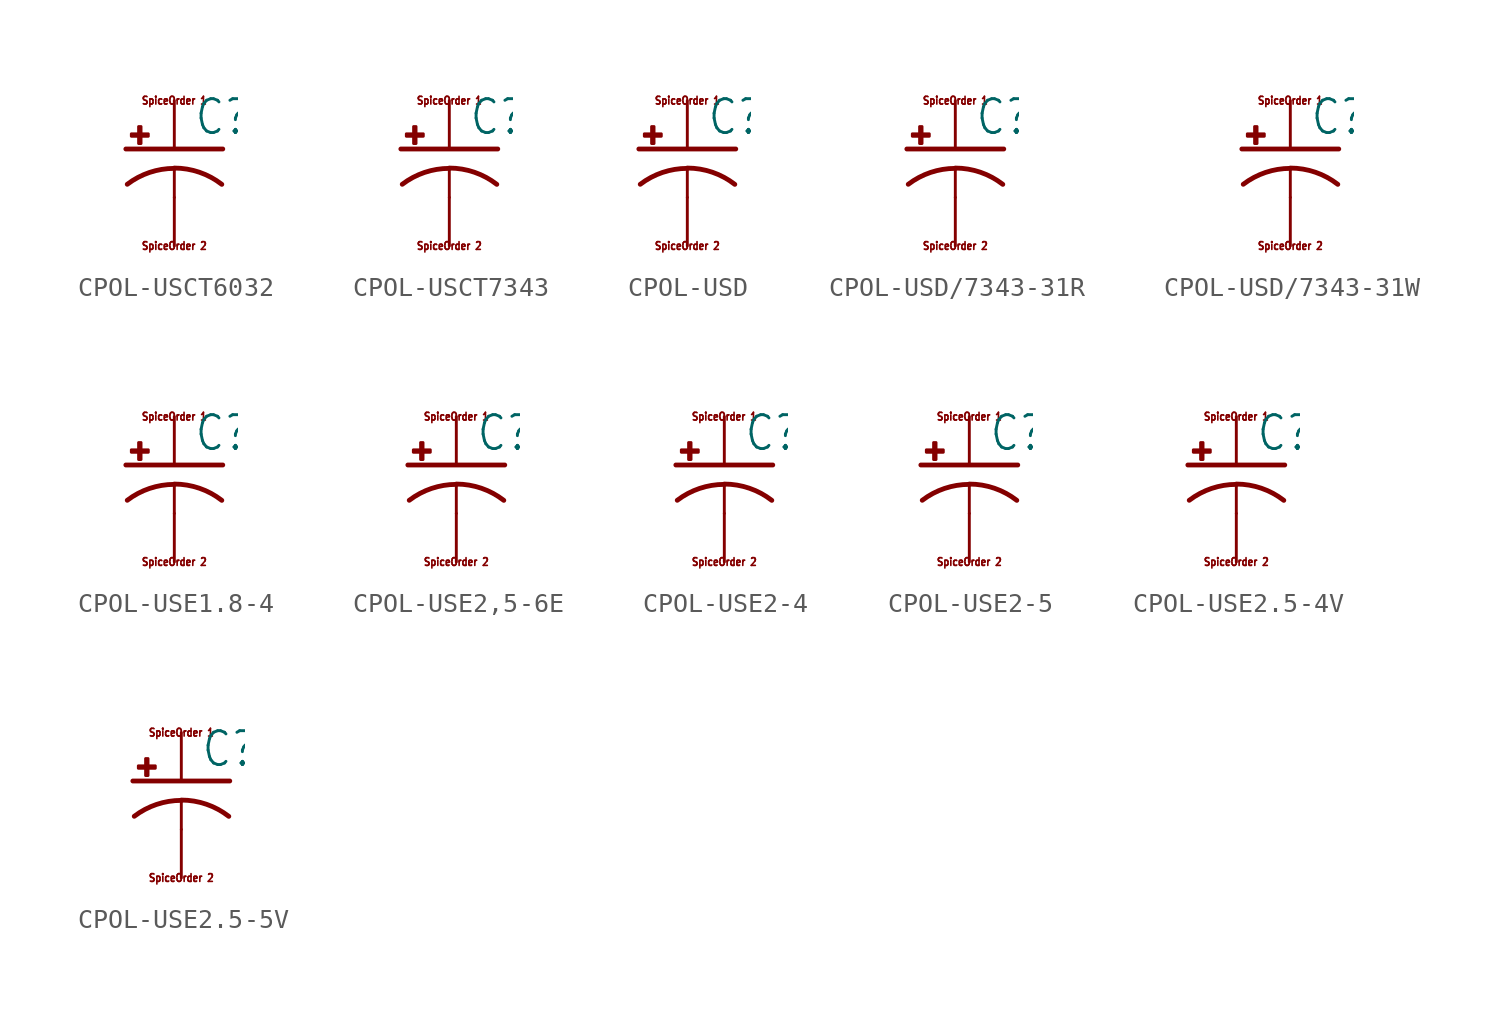
<source format=kicad_sym>
(kicad_symbol_lib
  (version 20231120)
  (generator "kicad_symbol_editor")
  (generator_version "8.0")
  (symbol "CPOL-USCT6032"
    (property "Reference" "C"
      (at 1.016 0.635 0)
      (effects (font (size 1.778 1.511)) (justify left bottom)))
    (property "Value" ""
      (at 1.016 -4.191 0)
      (effects (font (size 1.778 1.511)) (justify left bottom)))
    (property "ki_locked" ""
      (at 0 0 0)
      (effects (font (size 1.27 1.27))))
    (symbol "CPOL-USCT6032_1_0"
      (rectangle (start -2.253 0.668) (end -1.364 0.795) (stroke (width 0) (type default)) (fill (type outline)))
      (rectangle (start -1.872 0.287) (end -1.745 1.176) (stroke (width 0) (type default)) (fill (type outline)))
      (arc (start 0 -1.0161) (mid -1.3021 -1.2303) (end -2.4669 -1.8504) (stroke (width 0.254) (type solid)) (fill (type none)))
      (polyline (pts (xy -2.54 0) (xy 2.54 0)) (stroke (width 0.254) (type solid)) (fill (type none)))
      (polyline (pts (xy 0 -1.016) (xy 0 -2.54)) (stroke (width 0.152) (type solid)) (fill (type none)))
      (arc (start 2.4892 -1.8541) (mid 1.3158 -1.2194) (end 0 -1) (stroke (width 0.254) (type solid)) (fill (type none)))
      (text "SpiceOrder 1" (at 0 2.54 0) (effects (font (size 0.406 0.345))))
      (text "SpiceOrder 2" (at 0 -5.08 0) (effects (font (size 0.406 0.345))))
      (pin passive line (at 0 -5.08 90) (length 2.54) (name "-" (effects (font (size 0 0)))) (number "+" (effects (font (size 0 0)))))
      (pin passive line (at 0 2.54 270) (length 2.54) (name "+" (effects (font (size 0 0)))) (number "-" (effects (font (size 0 0)))))))
  (symbol "CPOL-USCT7343"
    (property "Reference" "C"
      (at 1.016 0.635 0)
      (effects (font (size 1.778 1.511)) (justify left bottom)))
    (property "Value" ""
      (at 1.016 -4.191 0)
      (effects (font (size 1.778 1.511)) (justify left bottom)))
    (property "ki_locked" ""
      (at 0 0 0)
      (effects (font (size 1.27 1.27))))
    (symbol "CPOL-USCT7343_1_0"
      (rectangle (start -2.253 0.668) (end -1.364 0.795) (stroke (width 0) (type default)) (fill (type outline)))
      (rectangle (start -1.872 0.287) (end -1.745 1.176) (stroke (width 0) (type default)) (fill (type outline)))
      (arc (start 0 -1.0161) (mid -1.3021 -1.2303) (end -2.4669 -1.8504) (stroke (width 0.254) (type solid)) (fill (type none)))
      (polyline (pts (xy -2.54 0) (xy 2.54 0)) (stroke (width 0.254) (type solid)) (fill (type none)))
      (polyline (pts (xy 0 -1.016) (xy 0 -2.54)) (stroke (width 0.152) (type solid)) (fill (type none)))
      (arc (start 2.4892 -1.8541) (mid 1.3158 -1.2194) (end 0 -1) (stroke (width 0.254) (type solid)) (fill (type none)))
      (text "SpiceOrder 1" (at 0 2.54 0) (effects (font (size 0.406 0.345))))
      (text "SpiceOrder 2" (at 0 -5.08 0) (effects (font (size 0.406 0.345))))
      (pin passive line (at 0 2.54 270) (length 2.54) (name "+" (effects (font (size 0 0)))) (number "+" (effects (font (size 0 0)))))
      (pin passive line (at 0 -5.08 90) (length 2.54) (name "-" (effects (font (size 0 0)))) (number "-" (effects (font (size 0 0)))))))
  (symbol "CPOL-USD"
    (property "Reference" "C"
      (at 1.016 0.635 0)
      (effects (font (size 1.778 1.511)) (justify left bottom)))
    (property "Value" ""
      (at 1.016 -4.191 0)
      (effects (font (size 1.778 1.511)) (justify left bottom)))
    (property "ki_locked" ""
      (at 0 0 0)
      (effects (font (size 1.27 1.27))))
    (symbol "CPOL-USD_1_0"
      (rectangle (start -2.253 0.668) (end -1.364 0.795) (stroke (width 0) (type default)) (fill (type outline)))
      (rectangle (start -1.872 0.287) (end -1.745 1.176) (stroke (width 0) (type default)) (fill (type outline)))
      (arc (start 0 -1.0161) (mid -1.3021 -1.2303) (end -2.4669 -1.8504) (stroke (width 0.254) (type solid)) (fill (type none)))
      (polyline (pts (xy -2.54 0) (xy 2.54 0)) (stroke (width 0.254) (type solid)) (fill (type none)))
      (polyline (pts (xy 0 -1.016) (xy 0 -2.54)) (stroke (width 0.152) (type solid)) (fill (type none)))
      (arc (start 2.4892 -1.8541) (mid 1.3158 -1.2194) (end 0 -1) (stroke (width 0.254) (type solid)) (fill (type none)))
      (text "SpiceOrder 1" (at 0 2.54 0) (effects (font (size 0.406 0.345))))
      (text "SpiceOrder 2" (at 0 -5.08 0) (effects (font (size 0.406 0.345))))
      (pin passive line (at 0 2.54 270) (length 2.54) (name "+" (effects (font (size 0 0)))) (number "+" (effects (font (size 0 0)))))
      (pin passive line (at 0 -5.08 90) (length 2.54) (name "-" (effects (font (size 0 0)))) (number "-" (effects (font (size 0 0)))))))
  (symbol "CPOL-USD/7343-31R"
    (property "Reference" "C"
      (at 1.016 0.635 0)
      (effects (font (size 1.778 1.511)) (justify left bottom)))
    (property "Value" ""
      (at 1.016 -4.191 0)
      (effects (font (size 1.778 1.511)) (justify left bottom)))
    (property "ki_locked" ""
      (at 0 0 0)
      (effects (font (size 1.27 1.27))))
    (symbol "CPOL-USD/7343-31R_1_0"
      (rectangle (start -2.253 0.668) (end -1.364 0.795) (stroke (width 0) (type default)) (fill (type outline)))
      (rectangle (start -1.872 0.287) (end -1.745 1.176) (stroke (width 0) (type default)) (fill (type outline)))
      (arc (start 0 -1.0161) (mid -1.3021 -1.2303) (end -2.4669 -1.8504) (stroke (width 0.254) (type solid)) (fill (type none)))
      (polyline (pts (xy -2.54 0) (xy 2.54 0)) (stroke (width 0.254) (type solid)) (fill (type none)))
      (polyline (pts (xy 0 -1.016) (xy 0 -2.54)) (stroke (width 0.152) (type solid)) (fill (type none)))
      (arc (start 2.4892 -1.8541) (mid 1.3158 -1.2194) (end 0 -1) (stroke (width 0.254) (type solid)) (fill (type none)))
      (text "SpiceOrder 1" (at 0 2.54 0) (effects (font (size 0.406 0.345))))
      (text "SpiceOrder 2" (at 0 -5.08 0) (effects (font (size 0.406 0.345))))
      (pin passive line (at 0 2.54 270) (length 2.54) (name "+" (effects (font (size 0 0)))) (number "+" (effects (font (size 0 0)))))
      (pin passive line (at 0 -5.08 90) (length 2.54) (name "-" (effects (font (size 0 0)))) (number "-" (effects (font (size 0 0)))))))
  (symbol "CPOL-USD/7343-31W"
    (property "Reference" "C"
      (at 1.016 0.635 0)
      (effects (font (size 1.778 1.511)) (justify left bottom)))
    (property "Value" ""
      (at 1.016 -4.191 0)
      (effects (font (size 1.778 1.511)) (justify left bottom)))
    (property "ki_locked" ""
      (at 0 0 0)
      (effects (font (size 1.27 1.27))))
    (symbol "CPOL-USD/7343-31W_1_0"
      (rectangle (start -2.253 0.668) (end -1.364 0.795) (stroke (width 0) (type default)) (fill (type outline)))
      (rectangle (start -1.872 0.287) (end -1.745 1.176) (stroke (width 0) (type default)) (fill (type outline)))
      (arc (start 0 -1.0161) (mid -1.3021 -1.2303) (end -2.4669 -1.8504) (stroke (width 0.254) (type solid)) (fill (type none)))
      (polyline (pts (xy -2.54 0) (xy 2.54 0)) (stroke (width 0.254) (type solid)) (fill (type none)))
      (polyline (pts (xy 0 -1.016) (xy 0 -2.54)) (stroke (width 0.152) (type solid)) (fill (type none)))
      (arc (start 2.4892 -1.8541) (mid 1.3158 -1.2194) (end 0 -1) (stroke (width 0.254) (type solid)) (fill (type none)))
      (text "SpiceOrder 1" (at 0 2.54 0) (effects (font (size 0.406 0.345))))
      (text "SpiceOrder 2" (at 0 -5.08 0) (effects (font (size 0.406 0.345))))
      (pin passive line (at 0 2.54 270) (length 2.54) (name "+" (effects (font (size 0 0)))) (number "+" (effects (font (size 0 0)))))
      (pin passive line (at 0 -5.08 90) (length 2.54) (name "-" (effects (font (size 0 0)))) (number "-" (effects (font (size 0 0)))))))
  (symbol "CPOL-USE1.8-4"
    (property "Reference" "C"
      (at 1.016 0.635 0)
      (effects (font (size 1.778 1.511)) (justify left bottom)))
    (property "Value" ""
      (at 1.016 -4.191 0)
      (effects (font (size 1.778 1.511)) (justify left bottom)))
    (property "ki_locked" ""
      (at 0 0 0)
      (effects (font (size 1.27 1.27))))
    (symbol "CPOL-USE1.8-4_1_0"
      (rectangle (start -2.253 0.668) (end -1.364 0.795) (stroke (width 0) (type default)) (fill (type outline)))
      (rectangle (start -1.872 0.287) (end -1.745 1.176) (stroke (width 0) (type default)) (fill (type outline)))
      (arc (start 0 -1.0161) (mid -1.3021 -1.2303) (end -2.4669 -1.8504) (stroke (width 0.254) (type solid)) (fill (type none)))
      (polyline (pts (xy -2.54 0) (xy 2.54 0)) (stroke (width 0.254) (type solid)) (fill (type none)))
      (polyline (pts (xy 0 -1.016) (xy 0 -2.54)) (stroke (width 0.152) (type solid)) (fill (type none)))
      (arc (start 2.4892 -1.8541) (mid 1.3158 -1.2194) (end 0 -1) (stroke (width 0.254) (type solid)) (fill (type none)))
      (text "SpiceOrder 1" (at 0 2.54 0) (effects (font (size 0.406 0.345))))
      (text "SpiceOrder 2" (at 0 -5.08 0) (effects (font (size 0.406 0.345))))
      (pin passive line (at 0 2.54 270) (length 2.54) (name "+" (effects (font (size 0 0)))) (number "+" (effects (font (size 0 0)))))
      (pin passive line (at 0 -5.08 90) (length 2.54) (name "-" (effects (font (size 0 0)))) (number "-" (effects (font (size 0 0)))))))
  (symbol "CPOL-USE2,5-6E"
    (property "Reference" "C"
      (at 1.016 0.635 0)
      (effects (font (size 1.778 1.511)) (justify left bottom)))
    (property "Value" ""
      (at 1.016 -4.191 0)
      (effects (font (size 1.778 1.511)) (justify left bottom)))
    (property "ki_locked" ""
      (at 0 0 0)
      (effects (font (size 1.27 1.27))))
    (symbol "CPOL-USE2,5-6E_1_0"
      (rectangle (start -2.253 0.668) (end -1.364 0.795) (stroke (width 0) (type default)) (fill (type outline)))
      (rectangle (start -1.872 0.287) (end -1.745 1.176) (stroke (width 0) (type default)) (fill (type outline)))
      (arc (start 0 -1.0161) (mid -1.3021 -1.2303) (end -2.4669 -1.8504) (stroke (width 0.254) (type solid)) (fill (type none)))
      (polyline (pts (xy -2.54 0) (xy 2.54 0)) (stroke (width 0.254) (type solid)) (fill (type none)))
      (polyline (pts (xy 0 -1.016) (xy 0 -2.54)) (stroke (width 0.152) (type solid)) (fill (type none)))
      (arc (start 2.4892 -1.8541) (mid 1.3158 -1.2194) (end 0 -1) (stroke (width 0.254) (type solid)) (fill (type none)))
      (text "SpiceOrder 1" (at 0 2.54 0) (effects (font (size 0.406 0.345))))
      (text "SpiceOrder 2" (at 0 -5.08 0) (effects (font (size 0.406 0.345))))
      (pin passive line (at 0 2.54 270) (length 2.54) (name "+" (effects (font (size 0 0)))) (number "+" (effects (font (size 0 0)))))
      (pin passive line (at 0 -5.08 90) (length 2.54) (name "-" (effects (font (size 0 0)))) (number "-" (effects (font (size 0 0)))))))
  (symbol "CPOL-USE2-4"
    (property "Reference" "C"
      (at 1.016 0.635 0)
      (effects (font (size 1.778 1.511)) (justify left bottom)))
    (property "Value" ""
      (at 1.016 -4.191 0)
      (effects (font (size 1.778 1.511)) (justify left bottom)))
    (property "ki_locked" ""
      (at 0 0 0)
      (effects (font (size 1.27 1.27))))
    (symbol "CPOL-USE2-4_1_0"
      (rectangle (start -2.253 0.668) (end -1.364 0.795) (stroke (width 0) (type default)) (fill (type outline)))
      (rectangle (start -1.872 0.287) (end -1.745 1.176) (stroke (width 0) (type default)) (fill (type outline)))
      (arc (start 0 -1.0161) (mid -1.3021 -1.2303) (end -2.4669 -1.8504) (stroke (width 0.254) (type solid)) (fill (type none)))
      (polyline (pts (xy -2.54 0) (xy 2.54 0)) (stroke (width 0.254) (type solid)) (fill (type none)))
      (polyline (pts (xy 0 -1.016) (xy 0 -2.54)) (stroke (width 0.152) (type solid)) (fill (type none)))
      (arc (start 2.4892 -1.8541) (mid 1.3158 -1.2194) (end 0 -1) (stroke (width 0.254) (type solid)) (fill (type none)))
      (text "SpiceOrder 1" (at 0 2.54 0) (effects (font (size 0.406 0.345))))
      (text "SpiceOrder 2" (at 0 -5.08 0) (effects (font (size 0.406 0.345))))
      (pin passive line (at 0 2.54 270) (length 2.54) (name "+" (effects (font (size 0 0)))) (number "+" (effects (font (size 0 0)))))
      (pin passive line (at 0 -5.08 90) (length 2.54) (name "-" (effects (font (size 0 0)))) (number "-" (effects (font (size 0 0)))))))
  (symbol "CPOL-USE2-5"
    (property "Reference" "C"
      (at 1.016 0.635 0)
      (effects (font (size 1.778 1.511)) (justify left bottom)))
    (property "Value" ""
      (at 1.016 -4.191 0)
      (effects (font (size 1.778 1.511)) (justify left bottom)))
    (property "ki_locked" ""
      (at 0 0 0)
      (effects (font (size 1.27 1.27))))
    (symbol "CPOL-USE2-5_1_0"
      (rectangle (start -2.253 0.668) (end -1.364 0.795) (stroke (width 0) (type default)) (fill (type outline)))
      (rectangle (start -1.872 0.287) (end -1.745 1.176) (stroke (width 0) (type default)) (fill (type outline)))
      (arc (start 0 -1.0161) (mid -1.3021 -1.2303) (end -2.4669 -1.8504) (stroke (width 0.254) (type solid)) (fill (type none)))
      (polyline (pts (xy -2.54 0) (xy 2.54 0)) (stroke (width 0.254) (type solid)) (fill (type none)))
      (polyline (pts (xy 0 -1.016) (xy 0 -2.54)) (stroke (width 0.152) (type solid)) (fill (type none)))
      (arc (start 2.4892 -1.8541) (mid 1.3158 -1.2194) (end 0 -1) (stroke (width 0.254) (type solid)) (fill (type none)))
      (text "SpiceOrder 1" (at 0 2.54 0) (effects (font (size 0.406 0.345))))
      (text "SpiceOrder 2" (at 0 -5.08 0) (effects (font (size 0.406 0.345))))
      (pin passive line (at 0 2.54 270) (length 2.54) (name "+" (effects (font (size 0 0)))) (number "+" (effects (font (size 0 0)))))
      (pin passive line (at 0 -5.08 90) (length 2.54) (name "-" (effects (font (size 0 0)))) (number "-" (effects (font (size 0 0)))))))
  (symbol "CPOL-USE2.5-4V"
    (property "Reference" "C"
      (at 1.016 0.635 0)
      (effects (font (size 1.778 1.511)) (justify left bottom)))
    (property "Value" ""
      (at 1.016 -4.191 0)
      (effects (font (size 1.778 1.511)) (justify left bottom)))
    (property "ki_locked" ""
      (at 0 0 0)
      (effects (font (size 1.27 1.27))))
    (symbol "CPOL-USE2.5-4V_1_0"
      (rectangle (start -2.253 0.668) (end -1.364 0.795) (stroke (width 0) (type default)) (fill (type outline)))
      (rectangle (start -1.872 0.287) (end -1.745 1.176) (stroke (width 0) (type default)) (fill (type outline)))
      (arc (start 0 -1.0161) (mid -1.3021 -1.2303) (end -2.4669 -1.8504) (stroke (width 0.254) (type solid)) (fill (type none)))
      (polyline (pts (xy -2.54 0) (xy 2.54 0)) (stroke (width 0.254) (type solid)) (fill (type none)))
      (polyline (pts (xy 0 -1.016) (xy 0 -2.54)) (stroke (width 0.152) (type solid)) (fill (type none)))
      (arc (start 2.4892 -1.8541) (mid 1.3158 -1.2194) (end 0 -1) (stroke (width 0.254) (type solid)) (fill (type none)))
      (text "SpiceOrder 1" (at 0 2.54 0) (effects (font (size 0.406 0.345))))
      (text "SpiceOrder 2" (at 0 -5.08 0) (effects (font (size 0.406 0.345))))
      (pin passive line (at 0 2.54 270) (length 2.54) (name "+" (effects (font (size 0 0)))) (number "+" (effects (font (size 0 0)))))
      (pin passive line (at 0 -5.08 90) (length 2.54) (name "-" (effects (font (size 0 0)))) (number "-" (effects (font (size 0 0)))))))
  (symbol "CPOL-USE2.5-5V"
    (property "Reference" "C"
      (at 1.016 0.635 0)
      (effects (font (size 1.778 1.511)) (justify left bottom)))
    (property "Value" ""
      (at 1.016 -4.191 0)
      (effects (font (size 1.778 1.511)) (justify left bottom)))
    (property "ki_locked" ""
      (at 0 0 0)
      (effects (font (size 1.27 1.27))))
    (symbol "CPOL-USE2.5-5V_1_0"
      (rectangle (start -2.253 0.668) (end -1.364 0.795) (stroke (width 0) (type default)) (fill (type outline)))
      (rectangle (start -1.872 0.287) (end -1.745 1.176) (stroke (width 0) (type default)) (fill (type outline)))
      (arc (start 0 -1.0161) (mid -1.3021 -1.2303) (end -2.4669 -1.8504) (stroke (width 0.254) (type solid)) (fill (type none)))
      (polyline (pts (xy -2.54 0) (xy 2.54 0)) (stroke (width 0.254) (type solid)) (fill (type none)))
      (polyline (pts (xy 0 -1.016) (xy 0 -2.54)) (stroke (width 0.152) (type solid)) (fill (type none)))
      (arc (start 2.4892 -1.8541) (mid 1.3158 -1.2194) (end 0 -1) (stroke (width 0.254) (type solid)) (fill (type none)))
      (text "SpiceOrder 1" (at 0 2.54 0) (effects (font (size 0.406 0.345))))
      (text "SpiceOrder 2" (at 0 -5.08 0) (effects (font (size 0.406 0.345))))
      (pin passive line (at 0 2.54 270) (length 2.54) (name "+" (effects (font (size 0 0)))) (number "+" (effects (font (size 0 0)))))
      (pin passive line (at 0 -5.08 90) (length 2.54) (name "-" (effects (font (size 0 0)))) (number "-" (effects (font (size 0 0))))))))
</source>
